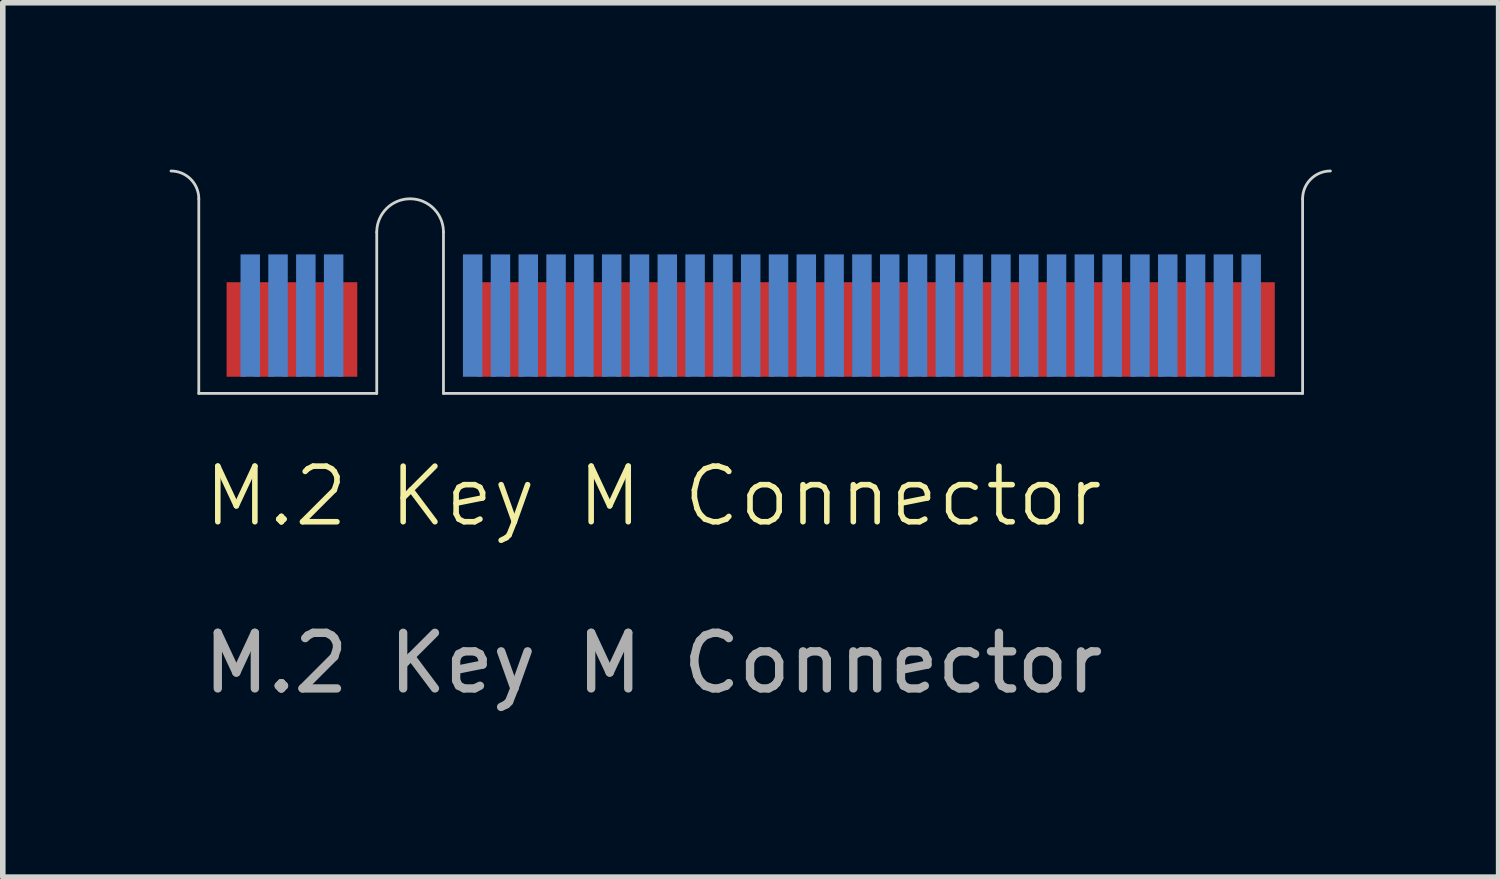
<source format=kicad_pcb>
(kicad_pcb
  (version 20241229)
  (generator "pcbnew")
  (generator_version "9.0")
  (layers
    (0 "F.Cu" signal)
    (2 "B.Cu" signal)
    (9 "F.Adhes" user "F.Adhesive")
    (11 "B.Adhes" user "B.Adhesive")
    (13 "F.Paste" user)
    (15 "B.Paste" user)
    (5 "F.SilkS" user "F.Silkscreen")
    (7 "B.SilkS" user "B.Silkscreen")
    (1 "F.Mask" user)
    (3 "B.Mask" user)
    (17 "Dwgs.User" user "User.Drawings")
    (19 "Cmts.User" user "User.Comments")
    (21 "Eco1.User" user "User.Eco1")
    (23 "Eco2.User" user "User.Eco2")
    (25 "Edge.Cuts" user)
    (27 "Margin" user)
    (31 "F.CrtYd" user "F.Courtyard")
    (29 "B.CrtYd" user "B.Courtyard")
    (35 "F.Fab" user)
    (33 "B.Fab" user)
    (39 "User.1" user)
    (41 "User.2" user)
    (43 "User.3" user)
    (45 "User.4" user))
  (footprint "M.2 Key M Connector"
    (layer "F.Cu")
    (at 8.7 6.375)
    (property "Reference" "M.2 Key M Connector" (at 0 -0.5 0) (unlocked yes) (layer "F.SilkS") (effects (font (size 1 1) (thickness 0.1))))
    (attr smd)
    (fp_line (start -8.175 -5.85) (end -8.175 -2.35) (stroke (width 0.05) (type default)) (layer "Edge.Cuts"))
    (fp_line (start -4.975 -5.25) (end -4.975 -2.35) (stroke (width 0.05) (type default)) (layer "Edge.Cuts"))
    (fp_line (start -4.975 -2.35) (end -8.175 -2.35) (stroke (width 0.05) (type default)) (layer "Edge.Cuts"))
    (fp_line (start -3.775 -2.35) (end -3.775 -5.25) (stroke (width 0.05) (type default)) (layer "Edge.Cuts"))
    (fp_line (start -3.775 -2.35) (end 11.675 -2.35) (stroke (width 0.05) (type default)) (layer "Edge.Cuts"))
    (fp_line (start 11.675 -2.35) (end 11.675 -5.85) (stroke (width 0.05) (type default)) (layer "Edge.Cuts"))
    (fp_arc (start -8.675 -6.35) (mid -8.321447 -6.203553) (end -8.175 -5.85) (stroke (width 0.05) (type default)) (layer "Edge.Cuts"))
    (fp_arc (start -4.975 -5.25) (mid -4.375 -5.85) (end -3.775 -5.25) (stroke (width 0.05) (type default)) (layer "Edge.Cuts"))
    (fp_arc (start 11.675 -5.85) (mid 11.821447 -6.203553) (end 12.175 -6.35) (stroke (width 0.05) (type default)) (layer "Edge.Cuts"))
    (fp_text user "${REFERENCE}" (at 0 2.5 0) (unlocked yes) (layer "F.Fab") (effects (font (size 1 1) (thickness 0.15))))
    (pad "1" connect rect (at 11 -3.5) (size 0.35 1.7) (layers "F.Cu" "F.Mask"))
    (pad "2" connect rect (at 10.5 -3.5) (size 0.35 1.7) (layers "F.Cu" "F.Mask"))
    (pad "3" connect rect (at 10 -3.5) (size 0.35 1.7) (layers "F.Cu" "F.Mask"))
    (pad "4" connect rect (at 9.5 -3.5) (size 0.35 1.7) (layers "F.Cu" "F.Mask"))
    (pad "5" connect rect (at 9 -3.5) (size 0.35 1.7) (layers "F.Cu" "F.Mask"))
    (pad "6" connect rect (at 8.5 -3.5) (size 0.35 1.7) (layers "F.Cu" "F.Mask"))
    (pad "7" connect rect (at 8 -3.5) (size 0.35 1.7) (layers "F.Cu" "F.Mask"))
    (pad "8" connect rect (at 7.5 -3.5) (size 0.35 1.7) (layers "F.Cu" "F.Mask"))
    (pad "9" connect rect (at 7 -3.5) (size 0.35 1.7) (layers "F.Cu" "F.Mask"))
    (pad "10" connect rect (at 6.5 -3.5) (size 0.35 1.7) (layers "F.Cu" "F.Mask"))
    (pad "11" connect rect (at 6 -3.5) (size 0.35 1.7) (layers "F.Cu" "F.Mask"))
    (pad "12" connect rect (at 5.5 -3.5) (size 0.35 1.7) (layers "F.Cu" "F.Mask"))
    (pad "13" connect rect (at 5 -3.5) (size 0.35 1.7) (layers "F.Cu" "F.Mask"))
    (pad "14" connect rect (at 4.5 -3.5) (size 0.35 1.7) (layers "F.Cu" "F.Mask"))
    (pad "15" connect rect (at 4 -3.5) (size 0.35 1.7) (layers "F.Cu" "F.Mask"))
    (pad "16" connect rect (at 3.5 -3.5) (size 0.35 1.7) (layers "F.Cu" "F.Mask"))
    (pad "17" connect rect (at 3 -3.5) (size 0.35 1.7) (layers "F.Cu" "F.Mask"))
    (pad "18" connect rect (at 2.5 -3.5) (size 0.35 1.7) (layers "F.Cu" "F.Mask"))
    (pad "19" connect rect (at 2 -3.5) (size 0.35 1.7) (layers "F.Cu" "F.Mask"))
    (pad "20" connect rect (at 1.5 -3.5) (size 0.35 1.7) (layers "F.Cu" "F.Mask"))
    (pad "21" connect rect (at 1 -3.5) (size 0.35 1.7) (layers "F.Cu" "F.Mask"))
    (pad "22" connect rect (at 0.5 -3.5) (size 0.35 1.7) (layers "F.Cu" "F.Mask"))
    (pad "23" connect rect (at 0 -3.5) (size 0.35 1.7) (layers "F.Cu" "F.Mask"))
    (pad "24" connect rect (at -0.5 -3.5) (size 0.35 1.7) (layers "F.Cu" "F.Mask"))
    (pad "25" connect rect (at -1 -3.5) (size 0.35 1.7) (layers "F.Cu" "F.Mask"))
    (pad "26" connect rect (at -1.5 -3.5) (size 0.35 1.7) (layers "F.Cu" "F.Mask"))
    (pad "27" connect rect (at -2 -3.5) (size 0.35 1.7) (layers "F.Cu" "F.Mask"))
    (pad "28" connect rect (at -2.5 -3.5) (size 0.35 1.7) (layers "F.Cu" "F.Mask"))
    (pad "29" connect rect (at -3 -3.5) (size 0.35 1.7) (layers "F.Cu" "F.Mask"))
    (pad "30" connect rect (at -5.5 -3.5) (size 0.35 1.7) (layers "F.Cu" "F.Mask"))
    (pad "31" connect rect (at -6 -3.5) (size 0.35 1.7) (layers "F.Cu" "F.Mask"))
    (pad "32" connect rect (at -6.5 -3.5) (size 0.35 1.7) (layers "F.Cu" "F.Mask"))
    (pad "33" connect rect (at -7 -3.5) (size 0.35 1.7) (layers "F.Cu" "F.Mask"))
    (pad "34" connect rect (at -7.5 -3.5) (size 0.35 1.7) (layers "F.Cu" "F.Mask"))
    (pad "35" connect rect (at 10.75 -3.75) (size 0.35 2.2) (layers "B.Cu" "B.Mask"))
    (pad "36" connect rect (at 10.25 -3.75) (size 0.35 2.2) (layers "B.Cu" "B.Mask"))
    (pad "37" connect rect (at 9.75 -3.75) (size 0.35 2.2) (layers "B.Cu" "B.Mask"))
    (pad "38" connect rect (at 9.25 -3.75) (size 0.35 2.2) (layers "B.Cu" "B.Mask"))
    (pad "39" connect rect (at 8.75 -3.75) (size 0.35 2.2) (layers "B.Cu" "B.Mask"))
    (pad "40" connect rect (at 8.25 -3.75) (size 0.35 2.2) (layers "B.Cu" "B.Mask"))
    (pad "41" connect rect (at 7.75 -3.75) (size 0.35 2.2) (layers "B.Cu" "B.Mask"))
    (pad "42" connect rect (at 7.25 -3.75) (size 0.35 2.2) (layers "B.Cu" "B.Mask"))
    (pad "43" connect rect (at 6.75 -3.75) (size 0.35 2.2) (layers "B.Cu" "B.Mask"))
    (pad "44" connect rect (at 6.25 -3.75) (size 0.35 2.2) (layers "B.Cu" "B.Mask"))
    (pad "45" connect rect (at 5.75 -3.75) (size 0.35 2.2) (layers "B.Cu" "B.Mask"))
    (pad "46" connect rect (at 5.25 -3.75) (size 0.35 2.2) (layers "B.Cu" "B.Mask"))
    (pad "47" connect rect (at 4.75 -3.75) (size 0.35 2.2) (layers "B.Cu" "B.Mask"))
    (pad "48" connect rect (at 4.25 -3.75) (size 0.35 2.2) (layers "B.Cu" "B.Mask"))
    (pad "49" connect rect (at 3.75 -3.75) (size 0.35 2.2) (layers "B.Cu" "B.Mask"))
    (pad "50" connect rect (at 3.25 -3.75) (size 0.35 2.2) (layers "B.Cu" "B.Mask"))
    (pad "51" connect rect (at 2.75 -3.75) (size 0.35 2.2) (layers "B.Cu" "B.Mask"))
    (pad "52" connect rect (at 2.25 -3.75) (size 0.35 2.2) (layers "B.Cu" "B.Mask"))
    (pad "53" connect rect (at 1.75 -3.75) (size 0.35 2.2) (layers "B.Cu" "B.Mask"))
    (pad "54" connect rect (at 1.25 -3.75) (size 0.35 2.2) (layers "B.Cu" "B.Mask"))
    (pad "55" connect rect (at 0.75 -3.75) (size 0.35 2.2) (layers "B.Cu" "B.Mask"))
    (pad "56" connect rect (at 0.25 -3.75) (size 0.35 2.2) (layers "B.Cu" "B.Mask"))
    (pad "57" connect rect (at -0.25 -3.75) (size 0.35 2.2) (layers "B.Cu" "B.Mask"))
    (pad "58" connect rect (at -0.75 -3.75) (size 0.35 2.2) (layers "B.Cu" "B.Mask"))
    (pad "59" connect rect (at -1.25 -3.75) (size 0.35 2.2) (layers "B.Cu" "B.Mask"))
    (pad "60" connect rect (at -1.75 -3.75) (size 0.35 2.2) (layers "B.Cu" "B.Mask"))
    (pad "61" connect rect (at -2.25 -3.75) (size 0.35 2.2) (layers "B.Cu" "B.Mask"))
    (pad "62" connect rect (at -2.75 -3.75) (size 0.35 2.2) (layers "B.Cu" "B.Mask"))
    (pad "63" connect rect (at -3.25 -3.75) (size 0.35 2.2) (layers "B.Cu" "B.Mask"))
    (pad "64" connect rect (at -5.75 -3.75) (size 0.35 2.2) (layers "B.Cu" "B.Mask"))
    (pad "65" connect rect (at -6.25 -3.75) (size 0.35 2.2) (layers "B.Cu" "B.Mask"))
    (pad "66" connect rect (at -6.75 -3.75) (size 0.35 2.2) (layers "B.Cu" "B.Mask"))
    (pad "67" connect rect (at -7.25 -3.75) (size 0.35 2.2) (layers "B.Cu" "B.Mask")))
  (gr_rect
    (start -3 -3)
    (end 23.9 12.723)
    (stroke (width 0.1) (type default))
    (fill no)
    (layer "Edge.Cuts")))
</source>
